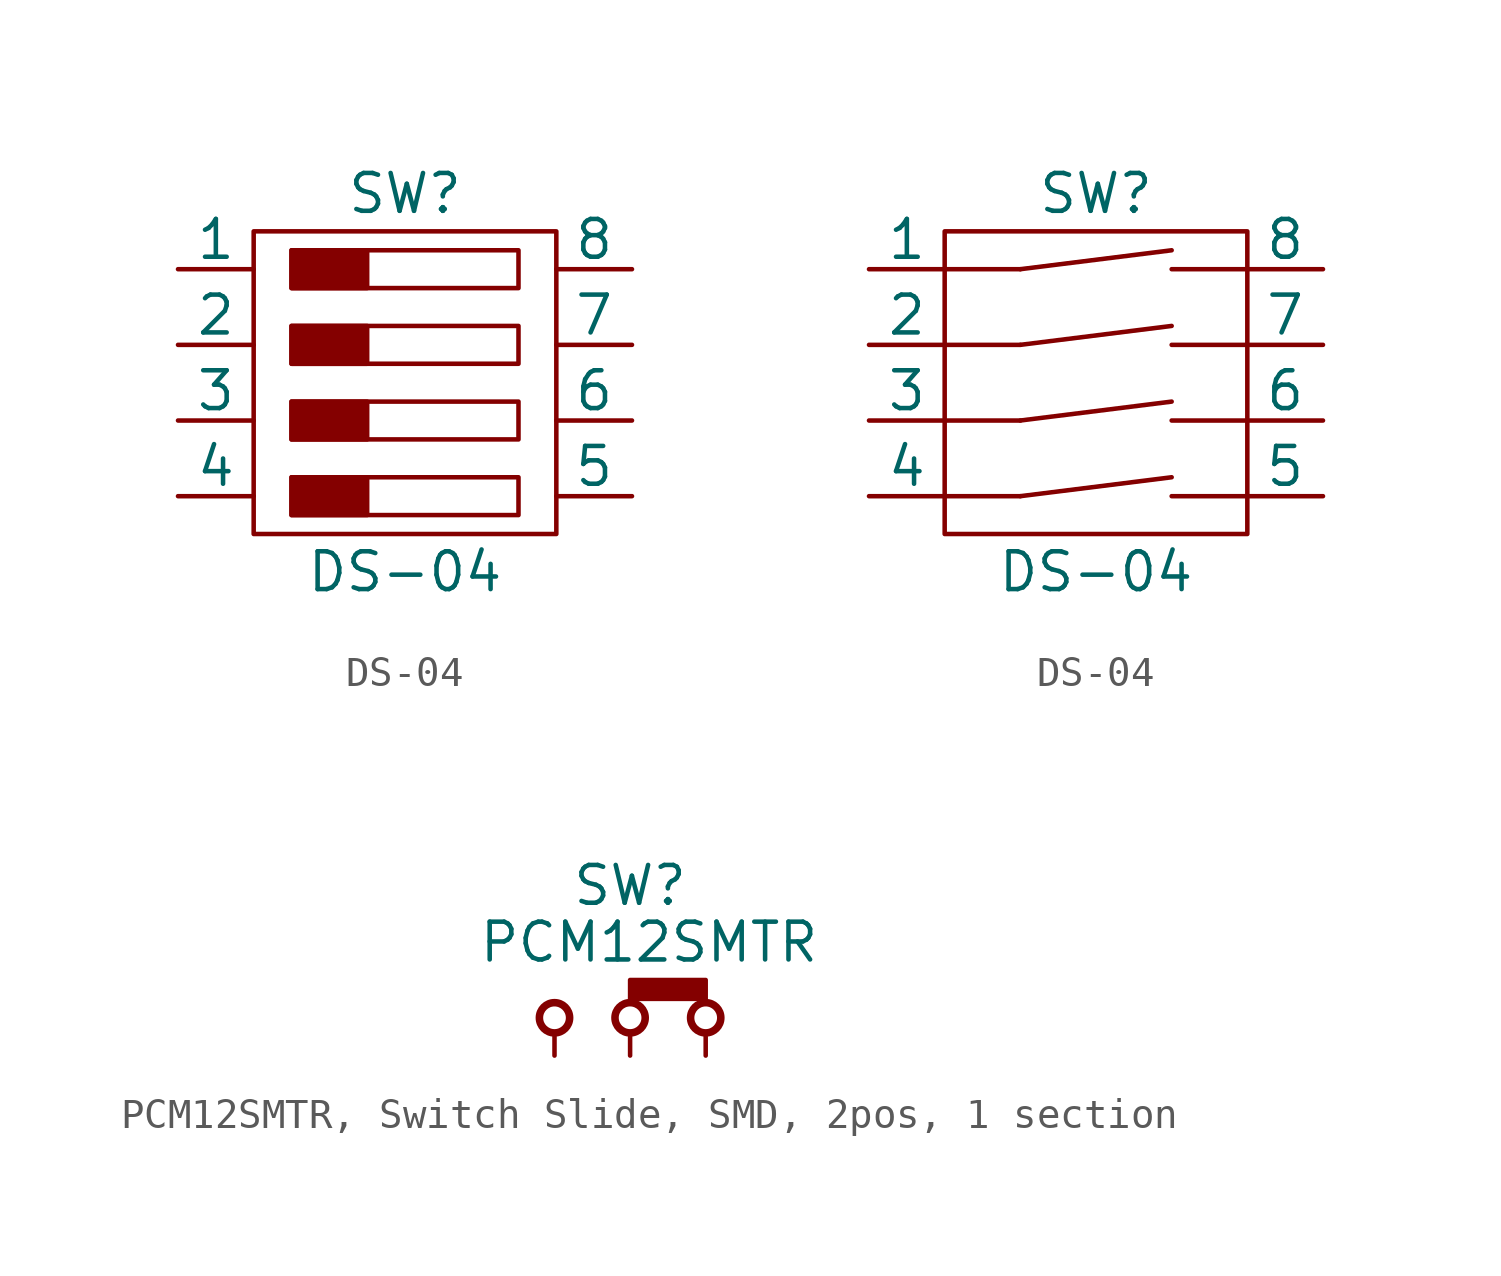
<source format=kicad_sym>
(kicad_symbol_lib
  (version 20241209)
  (generator "kicad_symbol_editor")
  (generator_version "9.0")
  (symbol "DS-04"
    (pin_numbers
      (hide yes))
    (pin_names
      (offset 0))
    (property "Reference" "SW"
      (at 0 5.08 0)
      (effects (font (size 1.27 1.27))))
    (property "Value" "DS-04"
      (at 0 -7.62 0)
      (effects (font (size 1.27 1.27))))
    (symbol "DS-04_0_1"
      (polyline (pts (xy -5.08 3.81) (xy -5.08 -6.35) (xy 5.08 -6.35) (xy 5.08 3.81) (xy -5.08 3.81)) (stroke (width 0) (type default)) (fill (type none)))
      (rectangle (start -3.81 3.175) (end 3.81 1.905) (stroke (width 0) (type default)) (fill (type none)))
      (rectangle (start -3.81 0.635) (end 3.81 -0.635) (stroke (width 0) (type default)) (fill (type none)))
      (rectangle (start -3.81 -1.905) (end 3.81 -3.175) (stroke (width 0) (type default)) (fill (type none)))
      (rectangle (start -3.81 -4.445) (end 3.81 -5.715) (stroke (width 0) (type default)) (fill (type none))))
    (symbol "DS-04_0_2"
      (polyline (pts (xy -5.08 3.81) (xy -5.08 -6.35) (xy 5.08 -6.35) (xy 5.08 3.81) (xy -5.08 3.81)) (stroke (width 0) (type default)) (fill (type none)))
      (polyline (pts (xy -5.08 2.54) (xy -2.54 2.54)) (stroke (width 0) (type default)) (fill (type none)))
      (polyline (pts (xy -5.08 0) (xy -2.54 0)) (stroke (width 0) (type default)) (fill (type none)))
      (polyline (pts (xy -5.08 -2.54) (xy -2.54 -2.54)) (stroke (width 0) (type default)) (fill (type none)))
      (polyline (pts (xy -5.08 -5.08) (xy -2.54 -5.08)) (stroke (width 0) (type default)) (fill (type none)))
      (polyline (pts (xy -2.54 2.54) (xy 2.54 3.175)) (stroke (width 0) (type default)) (fill (type none)))
      (polyline (pts (xy -2.54 0) (xy 2.54 0.635)) (stroke (width 0) (type default)) (fill (type none)))
      (polyline (pts (xy -2.54 -2.54) (xy 2.54 -1.905)) (stroke (width 0) (type default)) (fill (type none)))
      (polyline (pts (xy -2.54 -5.08) (xy 2.54 -4.445)) (stroke (width 0) (type default)) (fill (type none)))
      (polyline (pts (xy 5.08 2.54) (xy 2.54 2.54)) (stroke (width 0) (type default)) (fill (type none)))
      (polyline (pts (xy 5.08 0) (xy 2.54 0)) (stroke (width 0) (type default)) (fill (type none)))
      (polyline (pts (xy 5.08 -2.54) (xy 2.54 -2.54)) (stroke (width 0) (type default)) (fill (type none)))
      (polyline (pts (xy 5.08 -5.08) (xy 2.54 -5.08)) (stroke (width 0) (type default)) (fill (type none))))
    (symbol "DS-04_1_1"
      (rectangle (start -3.81 3.175) (end -1.27 1.905) (stroke (width 0) (type default)) (fill (type outline)))
      (rectangle (start -3.81 0.635) (end -1.27 -0.635) (stroke (width 0) (type default)) (fill (type outline)))
      (rectangle (start -3.81 -1.905) (end -1.27 -3.175) (stroke (width 0) (type default)) (fill (type outline)))
      (rectangle (start -3.81 -4.445) (end -1.27 -5.715) (stroke (width 0) (type default)) (fill (type outline)))
      (pin passive line (at -7.62 2.54 0) (length 2.54) (name "1" (effects (font (size 1.27 1.27)))) (number "1" (effects (font (size 1.27 1.27)))))
      (pin passive line (at -7.62 0 0) (length 2.54) (name "2" (effects (font (size 1.27 1.27)))) (number "2" (effects (font (size 1.27 1.27)))))
      (pin passive line (at -7.62 -2.54 0) (length 2.54) (name "3" (effects (font (size 1.27 1.27)))) (number "3" (effects (font (size 1.27 1.27)))))
      (pin passive line (at -7.62 -5.08 0) (length 2.54) (name "4" (effects (font (size 1.27 1.27)))) (number "4" (effects (font (size 1.27 1.27)))))
      (pin passive line (at 7.62 2.54 180) (length 2.54) (name "8" (effects (font (size 1.27 1.27)))) (number "8" (effects (font (size 1.27 1.27)))))
      (pin passive line (at 7.62 0 180) (length 2.54) (name "7" (effects (font (size 1.27 1.27)))) (number "7" (effects (font (size 1.27 1.27)))))
      (pin passive line (at 7.62 -2.54 180) (length 2.54) (name "6" (effects (font (size 1.27 1.27)))) (number "6" (effects (font (size 1.27 1.27)))))
      (pin passive line (at 7.62 -5.08 180) (length 2.54) (name "5" (effects (font (size 1.27 1.27)))) (number "5" (effects (font (size 1.27 1.27))))))
    (symbol "DS-04_1_2"
      (pin passive line (at -7.62 2.54 0) (length 2.54) (name "1" (effects (font (size 1.27 1.27)))) (number "1" (effects (font (size 1.27 1.27)))))
      (pin passive line (at -7.62 0 0) (length 2.54) (name "2" (effects (font (size 1.27 1.27)))) (number "2" (effects (font (size 1.27 1.27)))))
      (pin passive line (at -7.62 -2.54 0) (length 2.54) (name "3" (effects (font (size 1.27 1.27)))) (number "3" (effects (font (size 1.27 1.27)))))
      (pin passive line (at -7.62 -5.08 0) (length 2.54) (name "4" (effects (font (size 1.27 1.27)))) (number "4" (effects (font (size 1.27 1.27)))))
      (pin passive line (at 7.62 2.54 180) (length 2.54) (name "8" (effects (font (size 1.27 1.27)))) (number "2" (effects (font (size 1.27 1.27)))))
      (pin passive line (at 7.62 0 180) (length 2.54) (name "7" (effects (font (size 1.27 1.27)))) (number "7" (effects (font (size 1.27 1.27)))))
      (pin passive line (at 7.62 -2.54 180) (length 2.54) (name "6" (effects (font (size 1.27 1.27)))) (number "6" (effects (font (size 1.27 1.27)))))
      (pin passive line (at 7.62 -5.08 180) (length 2.54) (name "5" (effects (font (size 1.27 1.27)))) (number "5" (effects (font (size 1.27 1.27)))))))
  (symbol "PCM12SMTR, Switch Slide, SMD, 2pos, 1 section"
    (pin_numbers
      (hide yes))
    (pin_names
      (offset 0)
      (hide yes))
    (property "Reference" "SW"
      (at 0 4.445 0)
      (effects (font (size 1.27 1.27))))
    (property "Value" "PCM12SMTR"
      (at 0.635 2.54 0)
      (effects (font (size 1.27 1.27))))
    (symbol "PCM12SMTR, Switch Slide, SMD, 2pos, 1 section_0_1"
      (circle (center -2.54 0) (radius 0.508) (stroke (width 0.254) (type default)) (fill (type none)))
      (rectangle (start 0 1.27) (end 2.54 0.635) (stroke (width 0) (type default)) (fill (type outline)))
      (circle (center 0 0) (radius 0.508) (stroke (width 0.254) (type default)) (fill (type none)))
      (circle (center 2.54 0) (radius 0.508) (stroke (width 0.254) (type default)) (fill (type none))))
    (symbol "PCM12SMTR, Switch Slide, SMD, 2pos, 1 section_1_1"
      (pin passive line (at -2.54 -1.27 90) (length 0.635) (name "NC" (effects (font (size 1.27 1.27)))) (number "1" (effects (font (size 1.27 1.27)))))
      (pin passive line (at 0 -1.27 90) (length 0.635) (name "COM" (effects (font (size 1.27 1.27)))) (number "2" (effects (font (size 1.27 1.27)))))
      (pin passive line (at 2.54 -1.27 90) (length 0.635) (name "NO" (effects (font (size 1.27 1.27)))) (number "3" (effects (font (size 1.27 1.27))))))))
</source>
